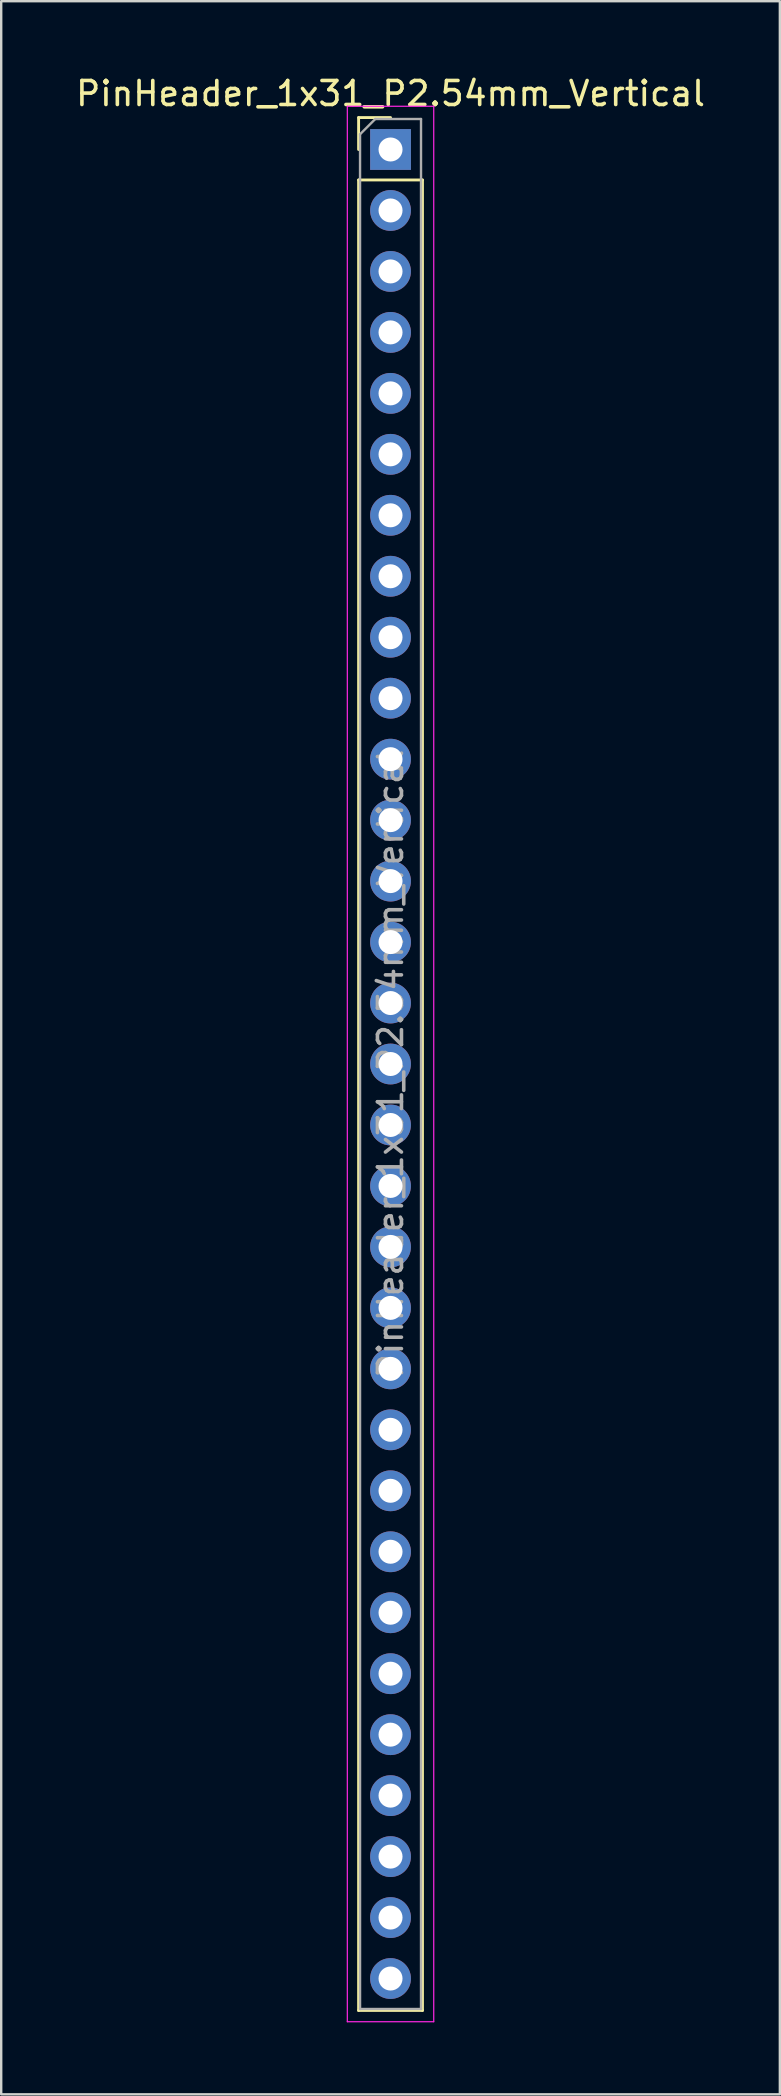
<source format=kicad_pcb>
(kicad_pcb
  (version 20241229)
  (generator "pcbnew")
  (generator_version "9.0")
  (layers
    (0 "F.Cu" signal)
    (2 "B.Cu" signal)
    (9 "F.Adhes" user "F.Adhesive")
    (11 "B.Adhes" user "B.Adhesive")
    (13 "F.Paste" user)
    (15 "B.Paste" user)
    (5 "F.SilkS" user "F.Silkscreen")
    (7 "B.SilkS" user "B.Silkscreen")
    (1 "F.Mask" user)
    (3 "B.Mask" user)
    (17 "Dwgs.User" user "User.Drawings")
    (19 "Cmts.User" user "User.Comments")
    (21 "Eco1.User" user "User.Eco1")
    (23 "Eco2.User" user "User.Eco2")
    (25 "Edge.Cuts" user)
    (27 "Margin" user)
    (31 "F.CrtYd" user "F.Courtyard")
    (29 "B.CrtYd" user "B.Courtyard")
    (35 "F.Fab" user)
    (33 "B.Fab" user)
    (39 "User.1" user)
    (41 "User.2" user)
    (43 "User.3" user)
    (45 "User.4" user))
  (footprint "PinHeader_1x31_P2.54mm_Vertical"
    (layer "F.Cu")
    (at 13.22 3.178)
    (property "Reference" "PinHeader_1x31_P2.54mm_Vertical" (at 0 -2.33 0) (layer "F.SilkS") (effects (font (size 1 1) (thickness 0.15))))
    (attr through_hole)
    (fp_line (start -1.33 -1.33) (end 0 -1.33) (stroke (width 0.12) (type solid)) (layer "F.SilkS"))
    (fp_line (start -1.33 0) (end -1.33 -1.33) (stroke (width 0.12) (type solid)) (layer "F.SilkS"))
    (fp_line (start -1.33 1.27) (end -1.33 77.53) (stroke (width 0.12) (type solid)) (layer "F.SilkS"))
    (fp_line (start -1.33 1.27) (end 1.33 1.27) (stroke (width 0.12) (type solid)) (layer "F.SilkS"))
    (fp_line (start -1.33 77.53) (end 1.33 77.53) (stroke (width 0.12) (type solid)) (layer "F.SilkS"))
    (fp_line (start 1.33 1.27) (end 1.33 77.53) (stroke (width 0.12) (type solid)) (layer "F.SilkS"))
    (fp_line (start -1.8 -1.8) (end -1.8 78) (stroke (width 0.05) (type solid)) (layer "F.CrtYd"))
    (fp_line (start -1.8 78) (end 1.8 78) (stroke (width 0.05) (type solid)) (layer "F.CrtYd"))
    (fp_line (start 1.8 -1.8) (end -1.8 -1.8) (stroke (width 0.05) (type solid)) (layer "F.CrtYd"))
    (fp_line (start 1.8 78) (end 1.8 -1.8) (stroke (width 0.05) (type solid)) (layer "F.CrtYd"))
    (fp_line (start -1.27 -0.635) (end -0.635 -1.27) (stroke (width 0.1) (type solid)) (layer "F.Fab"))
    (fp_line (start -1.27 77.47) (end -1.27 -0.635) (stroke (width 0.1) (type solid)) (layer "F.Fab"))
    (fp_line (start -0.635 -1.27) (end 1.27 -1.27) (stroke (width 0.1) (type solid)) (layer "F.Fab"))
    (fp_line (start 1.27 -1.27) (end 1.27 77.47) (stroke (width 0.1) (type solid)) (layer "F.Fab"))
    (fp_line (start 1.27 77.47) (end -1.27 77.47) (stroke (width 0.1) (type solid)) (layer "F.Fab"))
    (fp_text user "${REFERENCE}" (at 0 38.1 90) (layer "F.Fab") (effects (font (size 1 1) (thickness 0.15))))
    (pad "1" thru_hole rect (at 0 0) (size 1.7 1.7) (drill 1) (layers "*.Cu" "*.Mask"))
    (pad "2" thru_hole oval (at 0 2.54) (size 1.7 1.7) (drill 1) (layers "*.Cu" "*.Mask"))
    (pad "3" thru_hole oval (at 0 5.08) (size 1.7 1.7) (drill 1) (layers "*.Cu" "*.Mask"))
    (pad "4" thru_hole oval (at 0 7.62) (size 1.7 1.7) (drill 1) (layers "*.Cu" "*.Mask"))
    (pad "5" thru_hole oval (at 0 10.16) (size 1.7 1.7) (drill 1) (layers "*.Cu" "*.Mask"))
    (pad "6" thru_hole oval (at 0 12.7) (size 1.7 1.7) (drill 1) (layers "*.Cu" "*.Mask"))
    (pad "7" thru_hole oval (at 0 15.24) (size 1.7 1.7) (drill 1) (layers "*.Cu" "*.Mask"))
    (pad "8" thru_hole oval (at 0 17.78) (size 1.7 1.7) (drill 1) (layers "*.Cu" "*.Mask"))
    (pad "9" thru_hole oval (at 0 20.32) (size 1.7 1.7) (drill 1) (layers "*.Cu" "*.Mask"))
    (pad "10" thru_hole oval (at 0 22.86) (size 1.7 1.7) (drill 1) (layers "*.Cu" "*.Mask"))
    (pad "11" thru_hole oval (at 0 25.4) (size 1.7 1.7) (drill 1) (layers "*.Cu" "*.Mask"))
    (pad "12" thru_hole oval (at 0 27.94) (size 1.7 1.7) (drill 1) (layers "*.Cu" "*.Mask"))
    (pad "13" thru_hole oval (at 0 30.48) (size 1.7 1.7) (drill 1) (layers "*.Cu" "*.Mask"))
    (pad "14" thru_hole oval (at 0 33.02) (size 1.7 1.7) (drill 1) (layers "*.Cu" "*.Mask"))
    (pad "15" thru_hole oval (at 0 35.56) (size 1.7 1.7) (drill 1) (layers "*.Cu" "*.Mask"))
    (pad "16" thru_hole oval (at 0 38.1) (size 1.7 1.7) (drill 1) (layers "*.Cu" "*.Mask"))
    (pad "17" thru_hole oval (at 0 40.64) (size 1.7 1.7) (drill 1) (layers "*.Cu" "*.Mask"))
    (pad "18" thru_hole oval (at 0 43.18) (size 1.7 1.7) (drill 1) (layers "*.Cu" "*.Mask"))
    (pad "19" thru_hole oval (at 0 45.72) (size 1.7 1.7) (drill 1) (layers "*.Cu" "*.Mask"))
    (pad "20" thru_hole oval (at 0 48.26) (size 1.7 1.7) (drill 1) (layers "*.Cu" "*.Mask"))
    (pad "21" thru_hole oval (at 0 50.8) (size 1.7 1.7) (drill 1) (layers "*.Cu" "*.Mask"))
    (pad "22" thru_hole oval (at 0 53.34) (size 1.7 1.7) (drill 1) (layers "*.Cu" "*.Mask"))
    (pad "23" thru_hole oval (at 0 55.88) (size 1.7 1.7) (drill 1) (layers "*.Cu" "*.Mask"))
    (pad "24" thru_hole oval (at 0 58.42) (size 1.7 1.7) (drill 1) (layers "*.Cu" "*.Mask"))
    (pad "25" thru_hole oval (at 0 60.96) (size 1.7 1.7) (drill 1) (layers "*.Cu" "*.Mask"))
    (pad "26" thru_hole oval (at 0 63.5) (size 1.7 1.7) (drill 1) (layers "*.Cu" "*.Mask"))
    (pad "27" thru_hole oval (at 0 66.04) (size 1.7 1.7) (drill 1) (layers "*.Cu" "*.Mask"))
    (pad "28" thru_hole oval (at 0 68.58) (size 1.7 1.7) (drill 1) (layers "*.Cu" "*.Mask"))
    (pad "29" thru_hole oval (at 0 71.12) (size 1.7 1.7) (drill 1) (layers "*.Cu" "*.Mask"))
    (pad "30" thru_hole oval (at 0 73.66) (size 1.7 1.7) (drill 1) (layers "*.Cu" "*.Mask"))
    (pad "31" thru_hole oval (at 0 76.2) (size 1.7 1.7) (drill 1) (layers "*.Cu" "*.Mask")))
  (gr_rect
    (start -3 -3)
    (end 29.44 84.203)
    (stroke (width 0.1) (type default))
    (fill no)
    (layer "Edge.Cuts")))
</source>
